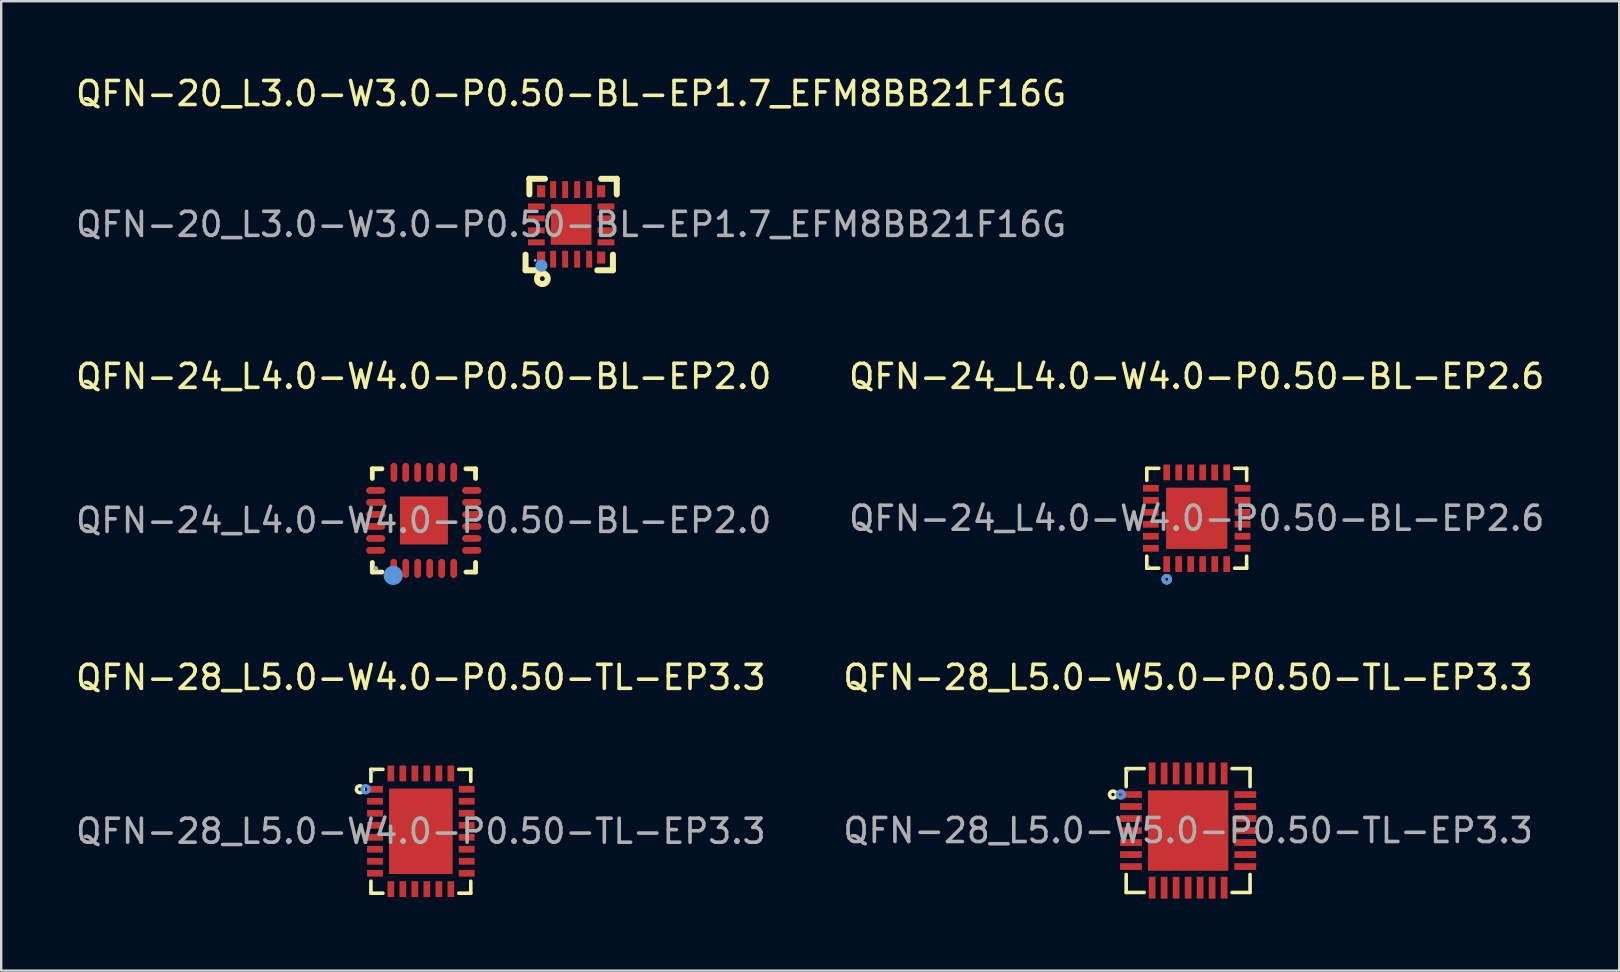
<source format=kicad_pcb>
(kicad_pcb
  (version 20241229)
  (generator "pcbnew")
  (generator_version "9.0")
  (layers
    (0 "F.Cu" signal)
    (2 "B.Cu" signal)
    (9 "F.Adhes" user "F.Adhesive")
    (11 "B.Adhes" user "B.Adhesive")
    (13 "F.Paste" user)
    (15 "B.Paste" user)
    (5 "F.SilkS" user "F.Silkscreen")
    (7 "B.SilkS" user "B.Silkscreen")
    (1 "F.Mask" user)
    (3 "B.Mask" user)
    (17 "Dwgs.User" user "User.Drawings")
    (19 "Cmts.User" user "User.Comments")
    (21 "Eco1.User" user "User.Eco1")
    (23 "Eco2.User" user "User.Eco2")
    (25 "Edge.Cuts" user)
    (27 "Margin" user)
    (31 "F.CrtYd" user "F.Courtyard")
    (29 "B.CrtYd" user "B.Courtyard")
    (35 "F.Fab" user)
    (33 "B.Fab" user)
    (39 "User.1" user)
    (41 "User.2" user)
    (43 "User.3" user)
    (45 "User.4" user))
  (footprint "QFN-28_L5.0-W5.0-P0.50-TL-EP3.3"
    (layer "F.Cu")
    (at 46.446 31.55)
    (property "Reference" "QFN-28_L5.0-W5.0-P0.50-TL-EP3.3" (at 0 -6.38 0) (layer "F.SilkS") (effects (font (size 1 1) (thickness 0.15))))
    (attr through_hole)
    (fp_line (start -2.58 -2.58) (end -2.58 -1.83) (stroke (width 0.15) (type solid)) (layer "F.SilkS"))
    (fp_line (start -2.58 2.58) (end -2.58 1.83) (stroke (width 0.15) (type solid)) (layer "F.SilkS"))
    (fp_line (start -1.83 -2.58) (end -2.58 -2.58) (stroke (width 0.15) (type solid)) (layer "F.SilkS"))
    (fp_line (start -1.83 2.58) (end -2.58 2.58) (stroke (width 0.15) (type solid)) (layer "F.SilkS"))
    (fp_line (start 1.83 -2.58) (end 2.58 -2.58) (stroke (width 0.15) (type solid)) (layer "F.SilkS"))
    (fp_line (start 1.83 2.58) (end 2.58 2.58) (stroke (width 0.15) (type solid)) (layer "F.SilkS"))
    (fp_line (start 2.58 -2.58) (end 2.58 -1.83) (stroke (width 0.15) (type solid)) (layer "F.SilkS"))
    (fp_line (start 2.58 2.58) (end 2.58 1.83) (stroke (width 0.15) (type solid)) (layer "F.SilkS"))
    (fp_circle (center -3.13 -1.5) (end -3.06 -1.5) (stroke (width 0.15) (type solid)) (fill no) (layer "F.SilkS"))
    (fp_circle (center -2.8 -1.5) (end -2.73 -1.5) (stroke (width 0.15) (type solid)) (fill no) (layer "Cmts.User"))
    (fp_circle (center -2.5 -2.5) (end -2.47 -2.5) (stroke (width 0.06) (type solid)) (fill no) (layer "F.Fab"))
    (fp_text user "${REFERENCE}" (at 0 0 0) (layer "F.Fab") (effects (font (size 1 1) (thickness 0.15))))
    (pad "1" smd rect (at -2.38 -1.5) (size 0.91 0.28) (layers "F.Cu" "F.Mask" "F.Paste"))
    (pad "2" smd rect (at -2.38 -1) (size 0.91 0.28) (layers "F.Cu" "F.Mask" "F.Paste"))
    (pad "3" smd rect (at -2.38 -0.5) (size 0.91 0.28) (layers "F.Cu" "F.Mask" "F.Paste"))
    (pad "4" smd rect (at -2.38 0) (size 0.91 0.28) (layers "F.Cu" "F.Mask" "F.Paste"))
    (pad "5" smd rect (at -2.38 0.5) (size 0.91 0.28) (layers "F.Cu" "F.Mask" "F.Paste"))
    (pad "6" smd rect (at -2.38 1) (size 0.91 0.28) (layers "F.Cu" "F.Mask" "F.Paste"))
    (pad "7" smd rect (at -2.38 1.5) (size 0.91 0.28) (layers "F.Cu" "F.Mask" "F.Paste"))
    (pad "8" smd rect (at -1.5 2.38) (size 0.28 0.91) (layers "F.Cu" "F.Mask" "F.Paste"))
    (pad "9" smd rect (at -1 2.38) (size 0.28 0.91) (layers "F.Cu" "F.Mask" "F.Paste"))
    (pad "10" smd rect (at -0.5 2.38) (size 0.28 0.91) (layers "F.Cu" "F.Mask" "F.Paste"))
    (pad "11" smd rect (at 0 2.38) (size 0.28 0.91) (layers "F.Cu" "F.Mask" "F.Paste"))
    (pad "12" smd rect (at 0.5 2.38) (size 0.28 0.91) (layers "F.Cu" "F.Mask" "F.Paste"))
    (pad "13" smd rect (at 1 2.38) (size 0.28 0.91) (layers "F.Cu" "F.Mask" "F.Paste"))
    (pad "14" smd rect (at 1.5 2.38) (size 0.28 0.91) (layers "F.Cu" "F.Mask" "F.Paste"))
    (pad "15" smd rect (at 2.38 1.5) (size 0.91 0.28) (layers "F.Cu" "F.Mask" "F.Paste"))
    (pad "16" smd rect (at 2.38 1) (size 0.91 0.28) (layers "F.Cu" "F.Mask" "F.Paste"))
    (pad "17" smd rect (at 2.38 0.5) (size 0.91 0.28) (layers "F.Cu" "F.Mask" "F.Paste"))
    (pad "18" smd rect (at 2.38 0) (size 0.91 0.28) (layers "F.Cu" "F.Mask" "F.Paste"))
    (pad "19" smd rect (at 2.38 -0.5) (size 0.91 0.28) (layers "F.Cu" "F.Mask" "F.Paste"))
    (pad "20" smd rect (at 2.38 -1) (size 0.91 0.28) (layers "F.Cu" "F.Mask" "F.Paste"))
    (pad "21" smd rect (at 2.38 -1.5) (size 0.91 0.28) (layers "F.Cu" "F.Mask" "F.Paste"))
    (pad "22" smd rect (at 1.5 -2.38) (size 0.28 0.91) (layers "F.Cu" "F.Mask" "F.Paste"))
    (pad "23" smd rect (at 1 -2.38) (size 0.28 0.91) (layers "F.Cu" "F.Mask" "F.Paste"))
    (pad "24" smd rect (at 0.5 -2.38) (size 0.28 0.91) (layers "F.Cu" "F.Mask" "F.Paste"))
    (pad "25" smd rect (at 0 -2.38) (size 0.28 0.91) (layers "F.Cu" "F.Mask" "F.Paste"))
    (pad "26" smd rect (at -0.5 -2.38) (size 0.28 0.91) (layers "F.Cu" "F.Mask" "F.Paste"))
    (pad "27" smd rect (at -1 -2.38) (size 0.28 0.91) (layers "F.Cu" "F.Mask" "F.Paste"))
    (pad "28" smd rect (at -1.5 -2.38) (size 0.28 0.91) (layers "F.Cu" "F.Mask" "F.Paste"))
    (pad "29" smd rect (at 0 0) (size 3.35 3.35) (layers "F.Cu" "F.Mask" "F.Paste")))
  (footprint "QFN-20_L3.0-W3.0-P0.50-BL-EP1.7_EFM8BB21F16G"
    (layer "F.Cu")
    (at 20.744 6.298)
    (property "Reference" "QFN-20_L3.0-W3.0-P0.50-BL-EP1.7_EFM8BB21F16G" (at 0 -5.45 0) (layer "F.SilkS") (effects (font (size 1 1) (thickness 0.15))))
    (attr through_hole)
    (fp_line (start -1.9 1.91) (end -1.9 1.26) (stroke (width 0.25) (type solid)) (layer "F.SilkS"))
    (fp_line (start -1.9 1.91) (end -1.25 1.91) (stroke (width 0.25) (type solid)) (layer "F.SilkS"))
    (fp_line (start -1.74 -1.9) (end -1.74 -1.25) (stroke (width 0.25) (type solid)) (layer "F.SilkS"))
    (fp_line (start -1.74 -1.9) (end -1.09 -1.9) (stroke (width 0.25) (type solid)) (layer "F.SilkS"))
    (fp_line (start 1.74 1.91) (end 1.09 1.91) (stroke (width 0.25) (type solid)) (layer "F.SilkS"))
    (fp_line (start 1.74 1.91) (end 1.74 1.26) (stroke (width 0.25) (type solid)) (layer "F.SilkS"))
    (fp_line (start 1.9 -1.9) (end 1.25 -1.9) (stroke (width 0.25) (type solid)) (layer "F.SilkS"))
    (fp_line (start 1.9 -1.9) (end 1.9 -1.25) (stroke (width 0.25) (type solid)) (layer "F.SilkS"))
    (fp_circle (center -1.2 2.26) (end -1.1 2.26) (stroke (width 0.25) (type solid)) (fill no) (layer "F.SilkS"))
    (fp_circle (center -1.24 1.72) (end -1.11 1.72) (stroke (width 0.25) (type solid)) (fill no) (layer "Cmts.User"))
    (fp_circle (center -1.5 1.5) (end -1.47 1.5) (stroke (width 0.06) (type solid)) (fill no) (layer "F.Fab"))
    (fp_text user "${REFERENCE}" (at 0 0 0) (layer "F.Fab") (effects (font (size 1 1) (thickness 0.15))))
    (pad "1" smd rect (at -1.25 1.38) (size 0.34 0.5) (layers "F.Cu" "F.Mask" "F.Paste"))
    (pad "2" smd rect (at -0.75 1.45) (size 0.25 0.7) (layers "F.Cu" "F.Mask" "F.Paste"))
    (pad "3" smd rect (at -0.25 1.45) (size 0.25 0.7) (layers "F.Cu" "F.Mask" "F.Paste"))
    (pad "4" smd rect (at 0.25 1.45) (size 0.25 0.7) (layers "F.Cu" "F.Mask" "F.Paste"))
    (pad "5" smd rect (at 0.75 1.45) (size 0.25 0.7) (layers "F.Cu" "F.Mask" "F.Paste"))
    (pad "6" smd rect (at 1.25 1.38) (size 0.34 0.5) (layers "F.Cu" "F.Mask" "F.Paste"))
    (pad "7" smd rect (at 1.45 0.75) (size 0.7 0.25) (layers "F.Cu" "F.Mask" "F.Paste"))
    (pad "8" smd rect (at 1.45 0.25) (size 0.7 0.25) (layers "F.Cu" "F.Mask" "F.Paste"))
    (pad "9" smd rect (at 1.45 -0.25) (size 0.7 0.25) (layers "F.Cu" "F.Mask" "F.Paste"))
    (pad "10" smd rect (at 1.45 -0.75) (size 0.7 0.25) (layers "F.Cu" "F.Mask" "F.Paste"))
    (pad "11" smd rect (at 1.25 -1.38) (size 0.34 0.5) (layers "F.Cu" "F.Mask" "F.Paste"))
    (pad "12" smd rect (at 0.75 -1.45) (size 0.25 0.7) (layers "F.Cu" "F.Mask" "F.Paste"))
    (pad "13" smd rect (at 0.25 -1.45) (size 0.25 0.7) (layers "F.Cu" "F.Mask" "F.Paste"))
    (pad "14" smd rect (at -0.25 -1.45) (size 0.25 0.7) (layers "F.Cu" "F.Mask" "F.Paste"))
    (pad "15" smd rect (at -0.75 -1.45) (size 0.25 0.7) (layers "F.Cu" "F.Mask" "F.Paste"))
    (pad "16" smd rect (at -1.25 -1.38) (size 0.34 0.5) (layers "F.Cu" "F.Mask" "F.Paste"))
    (pad "17" smd rect (at -1.45 -0.75) (size 0.7 0.25) (layers "F.Cu" "F.Mask" "F.Paste"))
    (pad "18" smd rect (at -1.45 -0.25) (size 0.7 0.25) (layers "F.Cu" "F.Mask" "F.Paste"))
    (pad "19" smd rect (at -1.45 0.25) (size 0.7 0.25) (layers "F.Cu" "F.Mask" "F.Paste"))
    (pad "20" smd rect (at -1.45 0.75) (size 0.7 0.25) (layers "F.Cu" "F.Mask" "F.Paste"))
    (pad "21" smd rect (at 0 0) (size 1.7 1.7) (layers "F.Cu" "F.Mask" "F.Paste")))
  (footprint "QFN-24_L4.0-W4.0-P0.50-BL-EP2.0"
    (layer "F.Cu")
    (at 14.601 18.631)
    (property "Reference" "QFN-24_L4.0-W4.0-P0.50-BL-EP2.0" (at 0 -6 0) (layer "F.SilkS") (effects (font (size 1 1) (thickness 0.15))))
    (attr through_hole)
    (fp_line (start -2.14 -2.15) (end -1.74 -2.15) (stroke (width 0.2) (type solid)) (layer "F.SilkS"))
    (fp_line (start -2.14 -1.75) (end -2.14 -2.15) (stroke (width 0.2) (type solid)) (layer "F.SilkS"))
    (fp_line (start -2.14 2.15) (end -2.14 1.75) (stroke (width 0.2) (type solid)) (layer "F.SilkS"))
    (fp_line (start -1.74 2.15) (end -2.14 2.15) (stroke (width 0.2) (type solid)) (layer "F.SilkS"))
    (fp_line (start 2.16 -2.15) (end 1.76 -2.15) (stroke (width 0.2) (type solid)) (layer "F.SilkS"))
    (fp_line (start 2.16 -1.75) (end 2.16 -2.15) (stroke (width 0.2) (type solid)) (layer "F.SilkS"))
    (fp_line (start 2.16 1.75) (end 2.16 2.15) (stroke (width 0.2) (type solid)) (layer "F.SilkS"))
    (fp_line (start 2.16 2.15) (end 1.76 2.15) (stroke (width 0.2) (type solid)) (layer "F.SilkS"))
    (fp_circle (center -1.27 2.29) (end -1.07 2.29) (stroke (width 0.4) (type solid)) (fill no) (layer "Cmts.User"))
    (fp_circle (center -2 2) (end -1.95 2) (stroke (width 0.1) (type solid)) (fill no) (layer "F.Fab"))
    (fp_text user "${REFERENCE}" (at 0 0 0) (layer "F.Fab") (effects (font (size 1 1) (thickness 0.15))))
    (pad "1" smd oval (at -1.25 2) (size 0.28 0.8) (layers "F.Cu" "F.Mask" "F.Paste"))
    (pad "2" smd oval (at -0.75 2) (size 0.28 0.8) (layers "F.Cu" "F.Mask" "F.Paste"))
    (pad "3" smd oval (at -0.25 2) (size 0.28 0.8) (layers "F.Cu" "F.Mask" "F.Paste"))
    (pad "4" smd oval (at 0.25 2) (size 0.28 0.8) (layers "F.Cu" "F.Mask" "F.Paste"))
    (pad "5" smd oval (at 0.75 2) (size 0.28 0.8) (layers "F.Cu" "F.Mask" "F.Paste"))
    (pad "6" smd oval (at 1.25 2) (size 0.28 0.8) (layers "F.Cu" "F.Mask" "F.Paste"))
    (pad "7" smd oval (at 2 1.25) (size 0.8 0.28) (layers "F.Cu" "F.Mask" "F.Paste"))
    (pad "8" smd oval (at 2 0.75) (size 0.8 0.28) (layers "F.Cu" "F.Mask" "F.Paste"))
    (pad "9" smd oval (at 2 0.25) (size 0.8 0.28) (layers "F.Cu" "F.Mask" "F.Paste"))
    (pad "10" smd oval (at 2 -0.25) (size 0.8 0.28) (layers "F.Cu" "F.Mask" "F.Paste"))
    (pad "11" smd oval (at 2 -0.75) (size 0.8 0.28) (layers "F.Cu" "F.Mask" "F.Paste"))
    (pad "12" smd oval (at 2 -1.25) (size 0.8 0.28) (layers "F.Cu" "F.Mask" "F.Paste"))
    (pad "13" smd oval (at 1.25 -2) (size 0.28 0.8) (layers "F.Cu" "F.Mask" "F.Paste"))
    (pad "14" smd oval (at 0.75 -2) (size 0.28 0.8) (layers "F.Cu" "F.Mask" "F.Paste"))
    (pad "15" smd oval (at 0.25 -2) (size 0.28 0.8) (layers "F.Cu" "F.Mask" "F.Paste"))
    (pad "16" smd oval (at -0.25 -2) (size 0.28 0.8) (layers "F.Cu" "F.Mask" "F.Paste"))
    (pad "17" smd oval (at -0.75 -2) (size 0.28 0.8) (layers "F.Cu" "F.Mask" "F.Paste"))
    (pad "18" smd oval (at -1.24 -2) (size 0.28 0.8) (layers "F.Cu" "F.Mask" "F.Paste"))
    (pad "19" smd oval (at -2 -1.25) (size 0.8 0.28) (layers "F.Cu" "F.Mask" "F.Paste"))
    (pad "20" smd oval (at -2 -0.75) (size 0.8 0.28) (layers "F.Cu" "F.Mask" "F.Paste"))
    (pad "21" smd oval (at -2 -0.25) (size 0.8 0.28) (layers "F.Cu" "F.Mask" "F.Paste"))
    (pad "22" smd oval (at -2 0.25) (size 0.8 0.28) (layers "F.Cu" "F.Mask" "F.Paste"))
    (pad "23" smd oval (at -2 0.75) (size 0.8 0.28) (layers "F.Cu" "F.Mask" "F.Paste"))
    (pad "24" smd oval (at -2 1.25) (size 0.8 0.28) (layers "F.Cu" "F.Mask" "F.Paste"))
    (pad "25" smd rect (at 0.01 0) (size 2 2) (layers "F.Cu" "F.Mask" "F.Paste")))
  (footprint "QFN-28_L5.0-W4.0-P0.50-TL-EP3.3"
    (layer "F.Cu")
    (at 14.482 31.58)
    (property "Reference" "QFN-28_L5.0-W4.0-P0.50-TL-EP3.3" (at 0 -6.41 0) (layer "F.SilkS") (effects (font (size 1 1) (thickness 0.15))))
    (attr through_hole)
    (fp_line (start -2.08 -2.58) (end -2.08 -2.08) (stroke (width 0.15) (type solid)) (layer "F.SilkS"))
    (fp_line (start -2.08 2.58) (end -2.08 2.08) (stroke (width 0.15) (type solid)) (layer "F.SilkS"))
    (fp_line (start -1.58 -2.58) (end -2.08 -2.58) (stroke (width 0.15) (type solid)) (layer "F.SilkS"))
    (fp_line (start -1.58 2.58) (end -2.08 2.58) (stroke (width 0.15) (type solid)) (layer "F.SilkS"))
    (fp_line (start 1.58 -2.58) (end 2.08 -2.58) (stroke (width 0.15) (type solid)) (layer "F.SilkS"))
    (fp_line (start 1.58 2.58) (end 2.08 2.58) (stroke (width 0.15) (type solid)) (layer "F.SilkS"))
    (fp_line (start 2.08 -2.58) (end 2.08 -2.08) (stroke (width 0.15) (type solid)) (layer "F.SilkS"))
    (fp_line (start 2.08 2.58) (end 2.08 2.08) (stroke (width 0.15) (type solid)) (layer "F.SilkS"))
    (fp_circle (center -2.54 -1.75) (end -2.47 -1.75) (stroke (width 0.15) (type solid)) (fill no) (layer "F.SilkS"))
    (fp_circle (center -2.3 -1.75) (end -2.23 -1.75) (stroke (width 0.15) (type solid)) (fill no) (layer "Cmts.User"))
    (fp_circle (center -2 -2.5) (end -1.97 -2.5) (stroke (width 0.06) (type solid)) (fill no) (layer "F.Fab"))
    (fp_text user "${REFERENCE}" (at 0 0 0) (layer "F.Fab") (effects (font (size 1 1) (thickness 0.15))))
    (pad "1" smd rect (at -1.91 -1.75) (size 0.66 0.28) (layers "F.Cu" "F.Mask" "F.Paste"))
    (pad "2" smd rect (at -1.91 -1.25) (size 0.66 0.28) (layers "F.Cu" "F.Mask" "F.Paste"))
    (pad "3" smd rect (at -1.91 -0.75) (size 0.66 0.28) (layers "F.Cu" "F.Mask" "F.Paste"))
    (pad "4" smd rect (at -1.91 -0.25) (size 0.66 0.28) (layers "F.Cu" "F.Mask" "F.Paste"))
    (pad "5" smd rect (at -1.91 0.25) (size 0.66 0.28) (layers "F.Cu" "F.Mask" "F.Paste"))
    (pad "6" smd rect (at -1.91 0.75) (size 0.66 0.28) (layers "F.Cu" "F.Mask" "F.Paste"))
    (pad "7" smd rect (at -1.91 1.25) (size 0.66 0.28) (layers "F.Cu" "F.Mask" "F.Paste"))
    (pad "8" smd rect (at -1.91 1.75) (size 0.66 0.28) (layers "F.Cu" "F.Mask" "F.Paste"))
    (pad "9" smd rect (at -1.25 2.41) (size 0.28 0.66) (layers "F.Cu" "F.Mask" "F.Paste"))
    (pad "10" smd rect (at -0.75 2.41) (size 0.28 0.66) (layers "F.Cu" "F.Mask" "F.Paste"))
    (pad "11" smd rect (at -0.25 2.41) (size 0.28 0.66) (layers "F.Cu" "F.Mask" "F.Paste"))
    (pad "12" smd rect (at 0.25 2.41) (size 0.28 0.66) (layers "F.Cu" "F.Mask" "F.Paste"))
    (pad "13" smd rect (at 0.75 2.41) (size 0.28 0.66) (layers "F.Cu" "F.Mask" "F.Paste"))
    (pad "14" smd rect (at 1.25 2.41) (size 0.28 0.66) (layers "F.Cu" "F.Mask" "F.Paste"))
    (pad "15" smd rect (at 1.91 1.75) (size 0.66 0.28) (layers "F.Cu" "F.Mask" "F.Paste"))
    (pad "16" smd rect (at 1.91 1.25) (size 0.66 0.28) (layers "F.Cu" "F.Mask" "F.Paste"))
    (pad "17" smd rect (at 1.91 0.75) (size 0.66 0.28) (layers "F.Cu" "F.Mask" "F.Paste"))
    (pad "18" smd rect (at 1.91 0.25) (size 0.66 0.28) (layers "F.Cu" "F.Mask" "F.Paste"))
    (pad "19" smd rect (at 1.91 -0.25) (size 0.66 0.28) (layers "F.Cu" "F.Mask" "F.Paste"))
    (pad "20" smd rect (at 1.91 -0.75) (size 0.66 0.28) (layers "F.Cu" "F.Mask" "F.Paste"))
    (pad "21" smd rect (at 1.91 -1.25) (size 0.66 0.28) (layers "F.Cu" "F.Mask" "F.Paste"))
    (pad "22" smd rect (at 1.91 -1.75) (size 0.66 0.28) (layers "F.Cu" "F.Mask" "F.Paste"))
    (pad "23" smd rect (at 1.25 -2.41) (size 0.28 0.66) (layers "F.Cu" "F.Mask" "F.Paste"))
    (pad "24" smd rect (at 0.75 -2.41) (size 0.28 0.66) (layers "F.Cu" "F.Mask" "F.Paste"))
    (pad "25" smd rect (at 0.25 -2.41) (size 0.28 0.66) (layers "F.Cu" "F.Mask" "F.Paste"))
    (pad "26" smd rect (at -0.25 -2.41) (size 0.28 0.66) (layers "F.Cu" "F.Mask" "F.Paste"))
    (pad "27" smd rect (at -0.75 -2.41) (size 0.28 0.66) (layers "F.Cu" "F.Mask" "F.Paste"))
    (pad "28" smd rect (at -1.25 -2.41) (size 0.28 0.66) (layers "F.Cu" "F.Mask" "F.Paste"))
    (pad "29" smd rect (at 0 0) (size 2.65 3.56) (layers "F.Cu" "F.Mask" "F.Paste")))
  (footprint "QFN-24_L4.0-W4.0-P0.50-BL-EP2.6"
    (layer "F.Cu")
    (at 46.804 18.541)
    (property "Reference" "QFN-24_L4.0-W4.0-P0.50-BL-EP2.6" (at 0 -5.91 0) (layer "F.SilkS") (effects (font (size 1 1) (thickness 0.15))))
    (attr through_hole)
    (fp_line (start -2.08 -2.08) (end -1.58 -2.08) (stroke (width 0.15) (type solid)) (layer "F.SilkS"))
    (fp_line (start -2.08 -1.58) (end -2.08 -2.08) (stroke (width 0.15) (type solid)) (layer "F.SilkS"))
    (fp_line (start -2.08 1.58) (end -2.08 2.08) (stroke (width 0.15) (type solid)) (layer "F.SilkS"))
    (fp_line (start -2.08 2.08) (end -1.58 2.08) (stroke (width 0.15) (type solid)) (layer "F.SilkS"))
    (fp_line (start 2.08 -2.08) (end 1.58 -2.08) (stroke (width 0.15) (type solid)) (layer "F.SilkS"))
    (fp_line (start 2.08 -1.58) (end 2.08 -2.08) (stroke (width 0.15) (type solid)) (layer "F.SilkS"))
    (fp_line (start 2.08 1.58) (end 2.08 2.08) (stroke (width 0.15) (type solid)) (layer "F.SilkS"))
    (fp_line (start 2.08 2.08) (end 1.58 2.08) (stroke (width 0.15) (type solid)) (layer "F.SilkS"))
    (fp_circle (center -1.25 2.54) (end -1.18 2.54) (stroke (width 0.15) (type solid)) (fill no) (layer "F.SilkS"))
    (fp_circle (center -1.25 2.54) (end -1.18 2.54) (stroke (width 0.15) (type solid)) (fill no) (layer "Cmts.User"))
    (fp_circle (center -2 2) (end -1.97 2) (stroke (width 0.06) (type solid)) (fill no) (layer "F.Fab"))
    (fp_text user "${REFERENCE}" (at 0 0 0) (layer "F.Fab") (effects (font (size 1 1) (thickness 0.15))))
    (pad "1" smd rect (at -1.25 1.91) (size 0.28 0.66) (layers "F.Cu" "F.Mask" "F.Paste"))
    (pad "2" smd rect (at -0.75 1.91) (size 0.28 0.66) (layers "F.Cu" "F.Mask" "F.Paste"))
    (pad "3" smd rect (at -0.25 1.91) (size 0.28 0.66) (layers "F.Cu" "F.Mask" "F.Paste"))
    (pad "4" smd rect (at 0.25 1.91) (size 0.28 0.66) (layers "F.Cu" "F.Mask" "F.Paste"))
    (pad "5" smd rect (at 0.75 1.91) (size 0.28 0.66) (layers "F.Cu" "F.Mask" "F.Paste"))
    (pad "6" smd rect (at 1.25 1.91) (size 0.28 0.66) (layers "F.Cu" "F.Mask" "F.Paste"))
    (pad "7" smd rect (at 1.91 1.25) (size 0.66 0.28) (layers "F.Cu" "F.Mask" "F.Paste"))
    (pad "8" smd rect (at 1.91 0.75) (size 0.66 0.28) (layers "F.Cu" "F.Mask" "F.Paste"))
    (pad "9" smd rect (at 1.91 0.25) (size 0.66 0.28) (layers "F.Cu" "F.Mask" "F.Paste"))
    (pad "10" smd rect (at 1.91 -0.25) (size 0.66 0.28) (layers "F.Cu" "F.Mask" "F.Paste"))
    (pad "11" smd rect (at 1.91 -0.75) (size 0.66 0.28) (layers "F.Cu" "F.Mask" "F.Paste"))
    (pad "12" smd rect (at 1.91 -1.25) (size 0.66 0.28) (layers "F.Cu" "F.Mask" "F.Paste"))
    (pad "13" smd rect (at 1.25 -1.91) (size 0.28 0.66) (layers "F.Cu" "F.Mask" "F.Paste"))
    (pad "14" smd rect (at 0.75 -1.91) (size 0.28 0.66) (layers "F.Cu" "F.Mask" "F.Paste"))
    (pad "15" smd rect (at 0.25 -1.91) (size 0.28 0.66) (layers "F.Cu" "F.Mask" "F.Paste"))
    (pad "16" smd rect (at -0.25 -1.91) (size 0.28 0.66) (layers "F.Cu" "F.Mask" "F.Paste"))
    (pad "17" smd rect (at -0.75 -1.91) (size 0.28 0.66) (layers "F.Cu" "F.Mask" "F.Paste"))
    (pad "18" smd rect (at -1.25 -1.91) (size 0.28 0.66) (layers "F.Cu" "F.Mask" "F.Paste"))
    (pad "19" smd rect (at -1.91 -1.25) (size 0.66 0.28) (layers "F.Cu" "F.Mask" "F.Paste"))
    (pad "20" smd rect (at -1.91 -0.75) (size 0.66 0.28) (layers "F.Cu" "F.Mask" "F.Paste"))
    (pad "21" smd rect (at -1.91 -0.25) (size 0.66 0.28) (layers "F.Cu" "F.Mask" "F.Paste"))
    (pad "22" smd rect (at -1.91 0.25) (size 0.66 0.28) (layers "F.Cu" "F.Mask" "F.Paste"))
    (pad "23" smd rect (at -1.91 0.75) (size 0.66 0.28) (layers "F.Cu" "F.Mask" "F.Paste"))
    (pad "24" smd rect (at -1.91 1.25) (size 0.66 0.28) (layers "F.Cu" "F.Mask" "F.Paste"))
    (pad "25" smd rect (at 0 0) (size 2.55 2.55) (layers "F.Cu" "F.Mask" "F.Paste")))
  (gr_rect
    (start -3 -3)
    (end 64.405 37.385)
    (stroke (width 0.1) (type default))
    (fill no)
    (layer "Edge.Cuts")))
</source>
